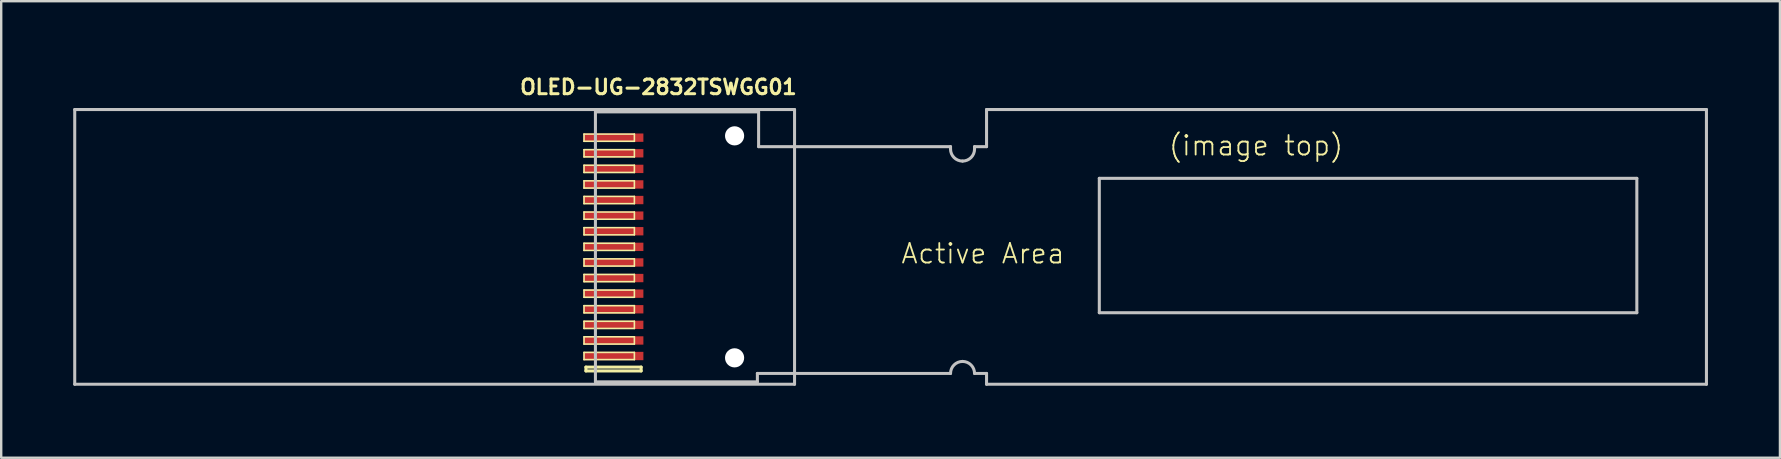
<source format=kicad_pcb>
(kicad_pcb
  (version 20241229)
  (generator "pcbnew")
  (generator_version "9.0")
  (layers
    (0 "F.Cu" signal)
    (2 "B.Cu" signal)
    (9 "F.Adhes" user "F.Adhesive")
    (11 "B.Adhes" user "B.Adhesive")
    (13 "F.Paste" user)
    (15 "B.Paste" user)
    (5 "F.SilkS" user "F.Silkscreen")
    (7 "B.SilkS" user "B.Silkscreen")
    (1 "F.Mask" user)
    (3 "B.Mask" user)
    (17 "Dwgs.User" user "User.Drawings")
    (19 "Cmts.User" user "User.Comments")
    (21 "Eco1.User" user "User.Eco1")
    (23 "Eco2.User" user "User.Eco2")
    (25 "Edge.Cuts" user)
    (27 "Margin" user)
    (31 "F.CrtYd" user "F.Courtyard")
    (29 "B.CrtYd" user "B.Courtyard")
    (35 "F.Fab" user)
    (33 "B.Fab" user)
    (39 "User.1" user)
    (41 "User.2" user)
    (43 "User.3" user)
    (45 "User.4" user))
  (footprint "OLED-UG-2832TSWGG01"
    (layer "F.Cu")
    (at 21.763 1.613)
    (property "Reference" "OLED-UG-2832TSWGG01" (at 2.624 -1.034 0) (layer "F.SilkS") (effects (font (size 0.61 0.61) (thickness 0.127))))
    (attr smd)
    (fp_line (start -0.475 0.925) (end 1.623 0.925) (stroke (width 0.066) (type solid)) (layer "F.SilkS"))
    (fp_line (start -0.475 1.224) (end -0.475 0.925) (stroke (width 0.066) (type solid)) (layer "F.SilkS"))
    (fp_line (start -0.475 1.224) (end 1.623 1.224) (stroke (width 0.066) (type solid)) (layer "F.SilkS"))
    (fp_line (start -0.475 1.575) (end 1.623 1.575) (stroke (width 0.066) (type solid)) (layer "F.SilkS"))
    (fp_line (start -0.475 1.875) (end -0.475 1.575) (stroke (width 0.066) (type solid)) (layer "F.SilkS"))
    (fp_line (start -0.475 1.875) (end 1.623 1.875) (stroke (width 0.066) (type solid)) (layer "F.SilkS"))
    (fp_line (start -0.475 2.223) (end 1.623 2.223) (stroke (width 0.066) (type solid)) (layer "F.SilkS"))
    (fp_line (start -0.475 2.525) (end -0.475 2.223) (stroke (width 0.066) (type solid)) (layer "F.SilkS"))
    (fp_line (start -0.475 2.525) (end 1.623 2.525) (stroke (width 0.066) (type solid)) (layer "F.SilkS"))
    (fp_line (start -0.475 2.873) (end 1.623 2.873) (stroke (width 0.066) (type solid)) (layer "F.SilkS"))
    (fp_line (start -0.475 3.175) (end -0.475 2.873) (stroke (width 0.066) (type solid)) (layer "F.SilkS"))
    (fp_line (start -0.475 3.175) (end 1.623 3.175) (stroke (width 0.066) (type solid)) (layer "F.SilkS"))
    (fp_line (start -0.475 3.523) (end 1.623 3.523) (stroke (width 0.066) (type solid)) (layer "F.SilkS"))
    (fp_line (start -0.475 3.823) (end -0.475 3.523) (stroke (width 0.066) (type solid)) (layer "F.SilkS"))
    (fp_line (start -0.475 3.823) (end 1.623 3.823) (stroke (width 0.066) (type solid)) (layer "F.SilkS"))
    (fp_line (start -0.475 4.173) (end 1.623 4.173) (stroke (width 0.066) (type solid)) (layer "F.SilkS"))
    (fp_line (start -0.475 4.473) (end -0.475 4.173) (stroke (width 0.066) (type solid)) (layer "F.SilkS"))
    (fp_line (start -0.475 4.473) (end 1.623 4.473) (stroke (width 0.066) (type solid)) (layer "F.SilkS"))
    (fp_line (start -0.475 4.823) (end 1.623 4.823) (stroke (width 0.066) (type solid)) (layer "F.SilkS"))
    (fp_line (start -0.475 5.123) (end -0.475 4.823) (stroke (width 0.066) (type solid)) (layer "F.SilkS"))
    (fp_line (start -0.475 5.123) (end 1.623 5.123) (stroke (width 0.066) (type solid)) (layer "F.SilkS"))
    (fp_line (start -0.475 5.474) (end 1.623 5.474) (stroke (width 0.066) (type solid)) (layer "F.SilkS"))
    (fp_line (start -0.475 5.773) (end -0.475 5.474) (stroke (width 0.066) (type solid)) (layer "F.SilkS"))
    (fp_line (start -0.475 5.773) (end 1.623 5.773) (stroke (width 0.066) (type solid)) (layer "F.SilkS"))
    (fp_line (start -0.475 6.124) (end 1.623 6.124) (stroke (width 0.066) (type solid)) (layer "F.SilkS"))
    (fp_line (start -0.475 6.424) (end -0.475 6.124) (stroke (width 0.066) (type solid)) (layer "F.SilkS"))
    (fp_line (start -0.475 6.424) (end 1.623 6.424) (stroke (width 0.066) (type solid)) (layer "F.SilkS"))
    (fp_line (start -0.475 6.774) (end 1.623 6.774) (stroke (width 0.066) (type solid)) (layer "F.SilkS"))
    (fp_line (start -0.475 7.074) (end -0.475 6.774) (stroke (width 0.066) (type solid)) (layer "F.SilkS"))
    (fp_line (start -0.475 7.074) (end 1.623 7.074) (stroke (width 0.066) (type solid)) (layer "F.SilkS"))
    (fp_line (start -0.475 7.424) (end 1.623 7.424) (stroke (width 0.066) (type solid)) (layer "F.SilkS"))
    (fp_line (start -0.475 7.724) (end -0.475 7.424) (stroke (width 0.066) (type solid)) (layer "F.SilkS"))
    (fp_line (start -0.475 7.724) (end 1.623 7.724) (stroke (width 0.066) (type solid)) (layer "F.SilkS"))
    (fp_line (start -0.475 8.075) (end 1.623 8.075) (stroke (width 0.066) (type solid)) (layer "F.SilkS"))
    (fp_line (start -0.475 8.374) (end -0.475 8.075) (stroke (width 0.066) (type solid)) (layer "F.SilkS"))
    (fp_line (start -0.475 8.374) (end 1.623 8.374) (stroke (width 0.066) (type solid)) (layer "F.SilkS"))
    (fp_line (start -0.475 8.725) (end 1.623 8.725) (stroke (width 0.066) (type solid)) (layer "F.SilkS"))
    (fp_line (start -0.475 9.025) (end -0.475 8.725) (stroke (width 0.066) (type solid)) (layer "F.SilkS"))
    (fp_line (start -0.475 9.025) (end 1.623 9.025) (stroke (width 0.066) (type solid)) (layer "F.SilkS"))
    (fp_line (start -0.475 9.373) (end 1.623 9.373) (stroke (width 0.066) (type solid)) (layer "F.SilkS"))
    (fp_line (start -0.475 9.675) (end -0.475 9.373) (stroke (width 0.066) (type solid)) (layer "F.SilkS"))
    (fp_line (start -0.475 9.675) (end 1.623 9.675) (stroke (width 0.066) (type solid)) (layer "F.SilkS"))
    (fp_line (start -0.475 10.023) (end 1.623 10.023) (stroke (width 0.066) (type solid)) (layer "F.SilkS"))
    (fp_line (start -0.475 10.323) (end -0.475 10.023) (stroke (width 0.066) (type solid)) (layer "F.SilkS"))
    (fp_line (start -0.475 10.323) (end 1.623 10.323) (stroke (width 0.066) (type solid)) (layer "F.SilkS"))
    (fp_line (start -0.396 10.635) (end -0.396 10.795) (stroke (width 0.127) (type solid)) (layer "F.SilkS"))
    (fp_line (start -0.396 10.795) (end 1.905 10.795) (stroke (width 0.127) (type solid)) (layer "F.SilkS"))
    (fp_line (start 1.623 1.224) (end 1.623 0.925) (stroke (width 0.066) (type solid)) (layer "F.SilkS"))
    (fp_line (start 1.623 1.875) (end 1.623 1.575) (stroke (width 0.066) (type solid)) (layer "F.SilkS"))
    (fp_line (start 1.623 2.525) (end 1.623 2.223) (stroke (width 0.066) (type solid)) (layer "F.SilkS"))
    (fp_line (start 1.623 3.175) (end 1.623 2.873) (stroke (width 0.066) (type solid)) (layer "F.SilkS"))
    (fp_line (start 1.623 3.823) (end 1.623 3.523) (stroke (width 0.066) (type solid)) (layer "F.SilkS"))
    (fp_line (start 1.623 4.473) (end 1.623 4.173) (stroke (width 0.066) (type solid)) (layer "F.SilkS"))
    (fp_line (start 1.623 5.123) (end 1.623 4.823) (stroke (width 0.066) (type solid)) (layer "F.SilkS"))
    (fp_line (start 1.623 5.773) (end 1.623 5.474) (stroke (width 0.066) (type solid)) (layer "F.SilkS"))
    (fp_line (start 1.623 6.424) (end 1.623 6.124) (stroke (width 0.066) (type solid)) (layer "F.SilkS"))
    (fp_line (start 1.623 7.074) (end 1.623 6.774) (stroke (width 0.066) (type solid)) (layer "F.SilkS"))
    (fp_line (start 1.623 7.724) (end 1.623 7.424) (stroke (width 0.066) (type solid)) (layer "F.SilkS"))
    (fp_line (start 1.623 8.374) (end 1.623 8.075) (stroke (width 0.066) (type solid)) (layer "F.SilkS"))
    (fp_line (start 1.623 9.025) (end 1.623 8.725) (stroke (width 0.066) (type solid)) (layer "F.SilkS"))
    (fp_line (start 1.623 9.675) (end 1.623 9.373) (stroke (width 0.066) (type solid)) (layer "F.SilkS"))
    (fp_line (start 1.623 10.323) (end 1.623 10.023) (stroke (width 0.066) (type solid)) (layer "F.SilkS"))
    (fp_line (start 1.905 10.635) (end -0.396 10.635) (stroke (width 0.127) (type solid)) (layer "F.SilkS"))
    (fp_line (start 1.905 10.795) (end 1.905 10.635) (stroke (width 0.127) (type solid)) (layer "F.SilkS"))
    (fp_line (start -21.699 -0.099) (end 8.298 -0.099) (stroke (width 0.127) (type solid)) (layer "Dwgs.User"))
    (fp_line (start -21.699 11.349) (end -21.699 -0.099) (stroke (width 0.127) (type solid)) (layer "Dwgs.User"))
    (fp_line (start 0 0) (end 0 11.25) (stroke (width 0.127) (type solid)) (layer "Dwgs.User"))
    (fp_line (start 0 0) (end 6.8 0) (stroke (width 0.127) (type solid)) (layer "Dwgs.User"))
    (fp_line (start 0 11.25) (end 6.749 11.25) (stroke (width 0.127) (type solid)) (layer "Dwgs.User"))
    (fp_line (start 6.749 10.899) (end 14.798 10.899) (stroke (width 0.127) (type solid)) (layer "Dwgs.User"))
    (fp_line (start 6.749 11.25) (end 6.749 10.899) (stroke (width 0.127) (type solid)) (layer "Dwgs.User"))
    (fp_line (start 6.8 0) (end 6.8 1.448) (stroke (width 0.127) (type solid)) (layer "Dwgs.User"))
    (fp_line (start 6.8 1.448) (end 14.798 1.448) (stroke (width 0.127) (type solid)) (layer "Dwgs.User"))
    (fp_line (start 8.298 -0.099) (end 8.298 11.349) (stroke (width 0.127) (type solid)) (layer "Dwgs.User"))
    (fp_line (start 8.298 11.349) (end -21.699 11.349) (stroke (width 0.127) (type solid)) (layer "Dwgs.User"))
    (fp_line (start 14.798 1.448) (end 14.798 1.549) (stroke (width 0.127) (type solid)) (layer "Dwgs.User"))
    (fp_line (start 15.799 1.549) (end 15.799 1.448) (stroke (width 0.127) (type solid)) (layer "Dwgs.User"))
    (fp_line (start 16.299 -0.099) (end 16.299 1.448) (stroke (width 0.127) (type solid)) (layer "Dwgs.User"))
    (fp_line (start 16.299 1.448) (end 15.799 1.448) (stroke (width 0.127) (type solid)) (layer "Dwgs.User"))
    (fp_line (start 16.299 10.899) (end 15.799 10.899) (stroke (width 0.127) (type solid)) (layer "Dwgs.User"))
    (fp_line (start 16.299 11.349) (end 16.299 10.899) (stroke (width 0.127) (type solid)) (layer "Dwgs.User"))
    (fp_line (start 20.998 2.769) (end 20.998 8.369) (stroke (width 0.127) (type solid)) (layer "Dwgs.User"))
    (fp_line (start 20.998 8.369) (end 43.398 8.369) (stroke (width 0.127) (type solid)) (layer "Dwgs.User"))
    (fp_line (start 43.398 2.769) (end 20.998 2.769) (stroke (width 0.127) (type solid)) (layer "Dwgs.User"))
    (fp_line (start 43.398 8.369) (end 43.398 2.769) (stroke (width 0.127) (type solid)) (layer "Dwgs.User"))
    (fp_line (start 46.299 -0.099) (end 16.299 -0.099) (stroke (width 0.127) (type solid)) (layer "Dwgs.User"))
    (fp_line (start 46.299 -0.099) (end 46.299 11.349) (stroke (width 0.127) (type solid)) (layer "Dwgs.User"))
    (fp_line (start 46.299 11.349) (end 16.299 11.349) (stroke (width 0.127) (type solid)) (layer "Dwgs.User"))
    (fp_arc (start 14.79804 10.89914) (mid 14.944598 10.545318) (end 15.29842 10.39876) (stroke (width 0.127) (type solid)) (layer "Dwgs.User"))
    (fp_arc (start 15.29842 2.04978) (mid 14.944598 1.903222) (end 14.79804 1.5494) (stroke (width 0.127) (type solid)) (layer "Dwgs.User"))
    (fp_arc (start 15.29842 10.39876) (mid 15.652242 10.545318) (end 15.7988 10.89914) (stroke (width 0.127) (type solid)) (layer "Dwgs.User"))
    (fp_arc (start 15.7988 1.5494) (mid 15.652242 1.903222) (end 15.29842 2.04978) (stroke (width 0.127) (type solid)) (layer "Dwgs.User"))
    (fp_text user "Active Area\n" (at 16.149 5.905 180) (layer "F.SilkS") (effects (font (size 0.813 0.813) (thickness 0.076))))
    (fp_text user "(image top)" (at 27.529 1.405 180) (layer "F.SilkS") (effects (font (size 0.813 0.813) (thickness 0.076))))
    (pad "" np_thru_hole circle (at 5.799 0.998) (size 0.798 0.798) (drill 0.798) (layers "*.Cu" "*.Mask"))
    (pad "" np_thru_hole circle (at 5.799 10.249) (size 0.798 0.798) (drill 0.798) (layers "*.Cu" "*.Mask"))
    (pad "1" smd rect (at 0.749 10.173 270) (size 0.348 2.499) (layers "F.Cu" "F.Mask" "F.Paste"))
    (pad "2" smd rect (at 0.749 9.525 270) (size 0.348 2.499) (layers "F.Cu" "F.Mask" "F.Paste"))
    (pad "3" smd rect (at 0.749 8.875 270) (size 0.348 2.499) (layers "F.Cu" "F.Mask" "F.Paste"))
    (pad "4" smd rect (at 0.749 8.225 270) (size 0.348 2.499) (layers "F.Cu" "F.Mask" "F.Paste"))
    (pad "5" smd rect (at 0.749 7.574 270) (size 0.348 2.499) (layers "F.Cu" "F.Mask" "F.Paste"))
    (pad "6" smd rect (at 0.749 6.924 270) (size 0.348 2.499) (layers "F.Cu" "F.Mask" "F.Paste"))
    (pad "7" smd rect (at 0.749 6.274 270) (size 0.348 2.499) (layers "F.Cu" "F.Mask" "F.Paste"))
    (pad "8" smd rect (at 0.749 5.624 270) (size 0.348 2.499) (layers "F.Cu" "F.Mask" "F.Paste"))
    (pad "9" smd rect (at 0.749 4.973 270) (size 0.348 2.499) (layers "F.Cu" "F.Mask" "F.Paste"))
    (pad "10" smd rect (at 0.749 4.323 270) (size 0.348 2.499) (layers "F.Cu" "F.Mask" "F.Paste"))
    (pad "11" smd rect (at 0.749 3.673 270) (size 0.348 2.499) (layers "F.Cu" "F.Mask" "F.Paste"))
    (pad "12" smd rect (at 0.749 3.023 270) (size 0.348 2.499) (layers "F.Cu" "F.Mask" "F.Paste"))
    (pad "13" smd rect (at 0.749 2.375 270) (size 0.348 2.499) (layers "F.Cu" "F.Mask" "F.Paste"))
    (pad "14" smd rect (at 0.749 1.725 270) (size 0.348 2.499) (layers "F.Cu" "F.Mask" "F.Paste"))
    (pad "15" smd rect (at 0.749 1.074 270) (size 0.348 2.499) (layers "F.Cu" "F.Mask" "F.Paste")))
  (gr_rect
    (start -3 -3)
    (end 71.125 16.026)
    (stroke (width 0.1) (type default))
    (fill no)
    (layer "Edge.Cuts")))
</source>
